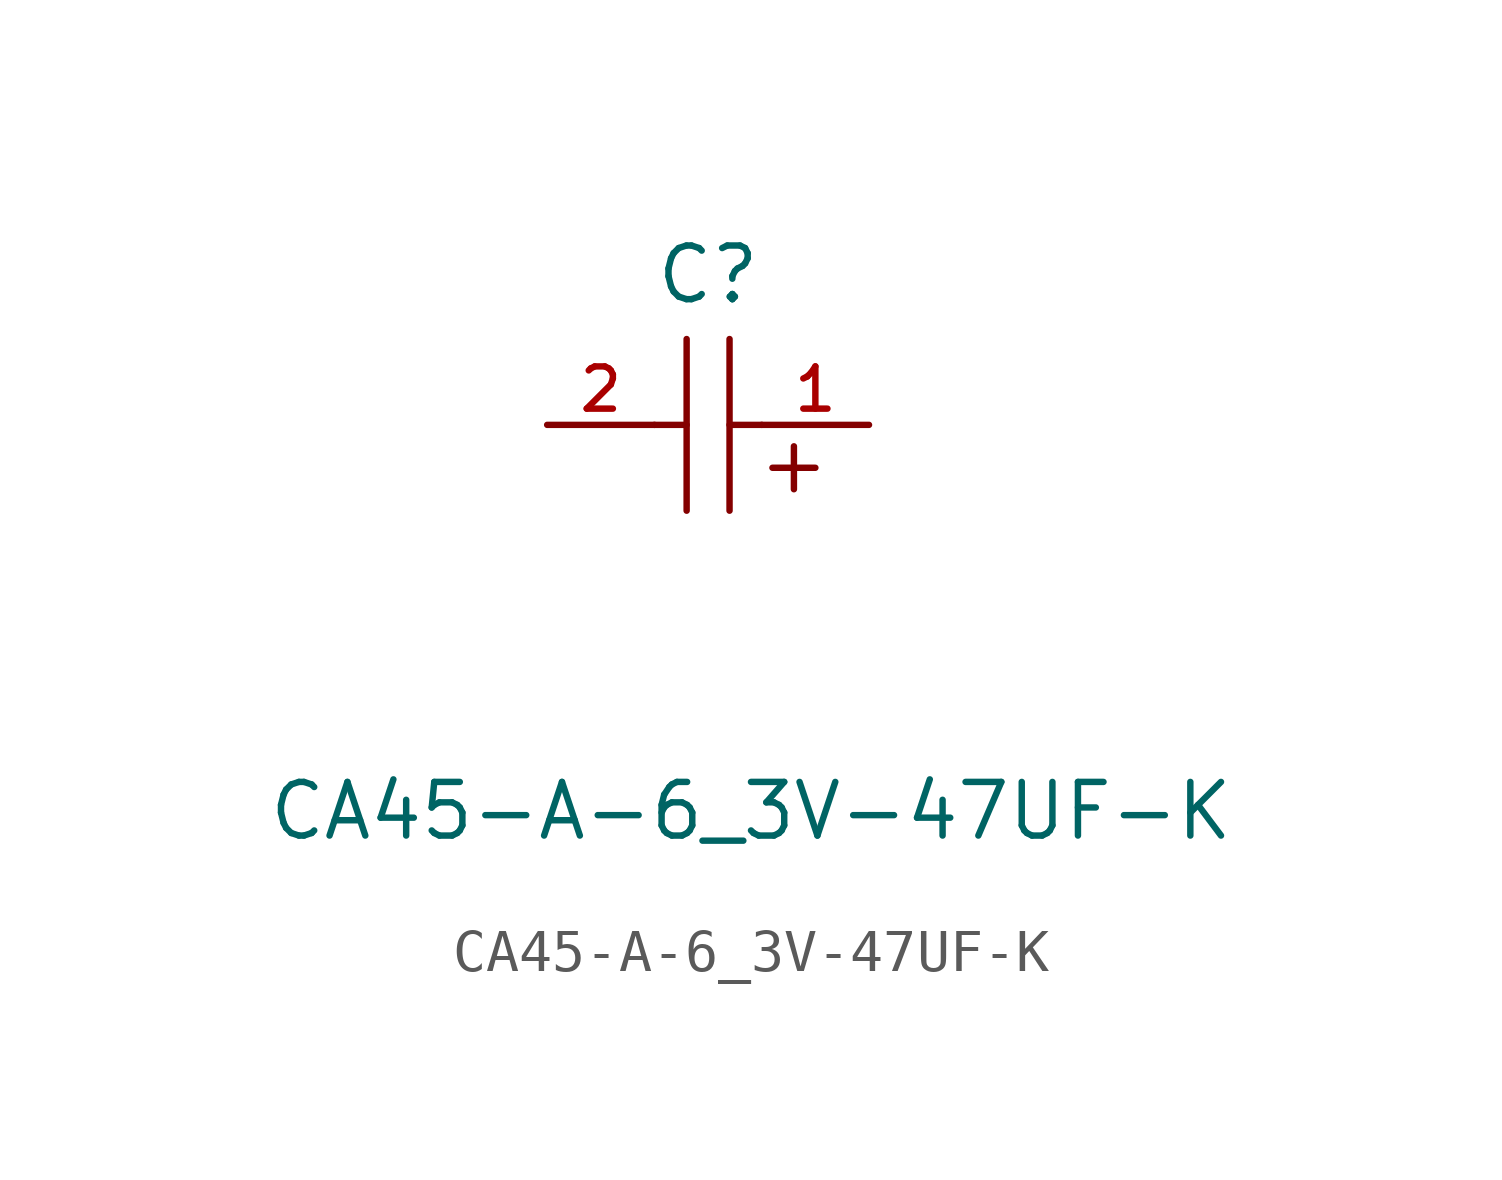
<source format=kicad_sym>
(kicad_symbol_lib
  (version 20220914)
  (generator kicad_symbol_editor)
  (symbol "CA45-A-6_3V-47UF-K"
    (pin_names hide)
    (property "Reference" "C"
      (at 0 3.556 0)
      (effects (font (size 1.27 1.27))))
    (property "Value" "CA45-A-6_3V-47UF-K"
      (at 1.016 -9.144 0)
      (effects (font (size 1.27 1.27))))
    (symbol "CA45-A-6_3V-47UF-K_0_1"
      (polyline (pts (xy -0.508 -2.032) (xy -0.508 2.032)) (stroke (width 0) (type default)) (fill (type none)))
      (polyline (pts (xy -0.508 0) (xy -1.27 0)) (stroke (width 0) (type default)) (fill (type none)))
      (polyline (pts (xy 0.508 -2.032) (xy 0.508 2.032)) (stroke (width 0) (type default)) (fill (type none)))
      (polyline (pts (xy 1.27 0) (xy 0.508 0)) (stroke (width 0) (type default)) (fill (type none)))
      (polyline (pts (xy 2.032 -1.524) (xy 2.032 -0.508)) (stroke (width 0) (type default)) (fill (type none)))
      (polyline (pts (xy 2.54 -1.016) (xy 1.524 -1.016)) (stroke (width 0) (type default)) (fill (type none)))
      (pin input line (at 3.81 0 180) (length 2.54) (name "1" (effects (font (size 1 1)))) (number "1" (effects (font (size 1 1)))))
      (pin input line (at -3.81 0 0) (length 2.54) (name "2" (effects (font (size 1 1)))) (number "2" (effects (font (size 1 1))))))))
</source>
